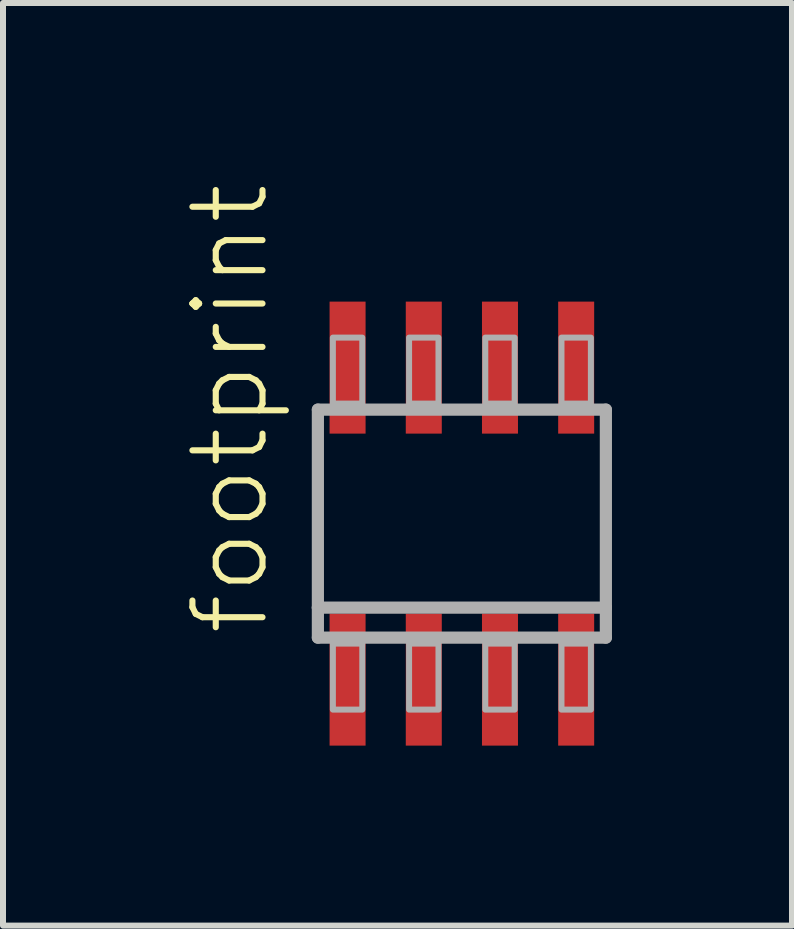
<source format=kicad_pcb>
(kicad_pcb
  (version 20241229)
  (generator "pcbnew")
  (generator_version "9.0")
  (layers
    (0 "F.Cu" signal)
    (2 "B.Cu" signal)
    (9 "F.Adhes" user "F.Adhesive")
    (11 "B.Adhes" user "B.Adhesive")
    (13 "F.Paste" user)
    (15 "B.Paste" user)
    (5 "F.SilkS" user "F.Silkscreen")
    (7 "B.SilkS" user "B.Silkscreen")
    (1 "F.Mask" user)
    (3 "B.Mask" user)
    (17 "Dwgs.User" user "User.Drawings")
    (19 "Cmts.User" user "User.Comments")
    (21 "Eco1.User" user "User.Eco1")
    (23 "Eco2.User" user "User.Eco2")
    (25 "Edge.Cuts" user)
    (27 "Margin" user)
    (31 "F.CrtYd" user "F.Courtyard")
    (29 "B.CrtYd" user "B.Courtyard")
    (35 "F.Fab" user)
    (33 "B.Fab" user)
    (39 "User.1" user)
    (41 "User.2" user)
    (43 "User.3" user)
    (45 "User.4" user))
  (footprint "footprint"
    (layer "F.Cu")
    (at 4.648 5.677)
    (property "Reference" "footprint" (at -3.175 1.905 90) (layer "F.SilkS") (effects (font (size 1.168 1.168) (thickness 0.102)) (justify left bottom)))
    (fp_line (start -2.4 -1.9) (end 2.4 -1.9) (stroke (width 0.203) (type solid)) (layer "F.Fab"))
    (fp_line (start -2.4 1.4) (end -2.4 -1.9) (stroke (width 0.203) (type solid)) (layer "F.Fab"))
    (fp_line (start -2.4 1.9) (end -2.4 1.4) (stroke (width 0.203) (type solid)) (layer "F.Fab"))
    (fp_line (start 2.4 -1.9) (end 2.4 1.4) (stroke (width 0.203) (type solid)) (layer "F.Fab"))
    (fp_line (start 2.4 1.4) (end -2.4 1.4) (stroke (width 0.203) (type solid)) (layer "F.Fab"))
    (fp_line (start 2.4 1.4) (end 2.4 1.9) (stroke (width 0.203) (type solid)) (layer "F.Fab"))
    (fp_line (start 2.4 1.9) (end -2.4 1.9) (stroke (width 0.203) (type solid)) (layer "F.Fab"))
    (fp_poly (pts (xy -2.15 -2) (xy -1.66 -2) (xy -1.66 -3.1) (xy -2.15 -3.1)) (stroke (width 0.1) (type solid)) (fill no) (layer "F.Fab"))
    (fp_poly (pts (xy -2.15 3.1) (xy -1.66 3.1) (xy -1.66 2) (xy -2.15 2)) (stroke (width 0.1) (type solid)) (fill no) (layer "F.Fab"))
    (fp_poly (pts (xy -0.88 -2) (xy -0.39 -2) (xy -0.39 -3.1) (xy -0.88 -3.1)) (stroke (width 0.1) (type solid)) (fill no) (layer "F.Fab"))
    (fp_poly (pts (xy -0.88 3.1) (xy -0.39 3.1) (xy -0.39 2) (xy -0.88 2)) (stroke (width 0.1) (type solid)) (fill no) (layer "F.Fab"))
    (fp_poly (pts (xy 0.39 -2) (xy 0.88 -2) (xy 0.88 -3.1) (xy 0.39 -3.1)) (stroke (width 0.1) (type solid)) (fill no) (layer "F.Fab"))
    (fp_poly (pts (xy 0.39 3.1) (xy 0.88 3.1) (xy 0.88 2) (xy 0.39 2)) (stroke (width 0.1) (type solid)) (fill no) (layer "F.Fab"))
    (fp_poly (pts (xy 1.66 -2) (xy 2.15 -2) (xy 2.15 -3.1) (xy 1.66 -3.1)) (stroke (width 0.1) (type solid)) (fill no) (layer "F.Fab"))
    (fp_poly (pts (xy 1.66 3.1) (xy 2.15 3.1) (xy 2.15 2) (xy 1.66 2)) (stroke (width 0.1) (type solid)) (fill no) (layer "F.Fab"))
    (pad "1" smd rect (at -1.905 2.6) (size 0.6 2.2) (layers "F.Cu" "F.Mask" "F.Paste"))
    (pad "2" smd rect (at -0.635 2.6) (size 0.6 2.2) (layers "F.Cu" "F.Mask" "F.Paste"))
    (pad "3" smd rect (at 0.635 2.6) (size 0.6 2.2) (layers "F.Cu" "F.Mask" "F.Paste"))
    (pad "4" smd rect (at 1.905 2.6) (size 0.6 2.2) (layers "F.Cu" "F.Mask" "F.Paste"))
    (pad "5" smd rect (at 1.905 -2.6) (size 0.6 2.2) (layers "F.Cu" "F.Mask" "F.Paste"))
    (pad "6" smd rect (at 0.635 -2.6) (size 0.6 2.2) (layers "F.Cu" "F.Mask" "F.Paste"))
    (pad "7" smd rect (at -0.635 -2.6) (size 0.6 2.2) (layers "F.Cu" "F.Mask" "F.Paste"))
    (pad "8" smd rect (at -1.905 -2.6) (size 0.6 2.2) (layers "F.Cu" "F.Mask" "F.Paste")))
  (gr_rect
    (start -3 -3)
    (end 10.15 12.377)
    (stroke (width 0.1) (type default))
    (fill no)
    (layer "Edge.Cuts")))
</source>
